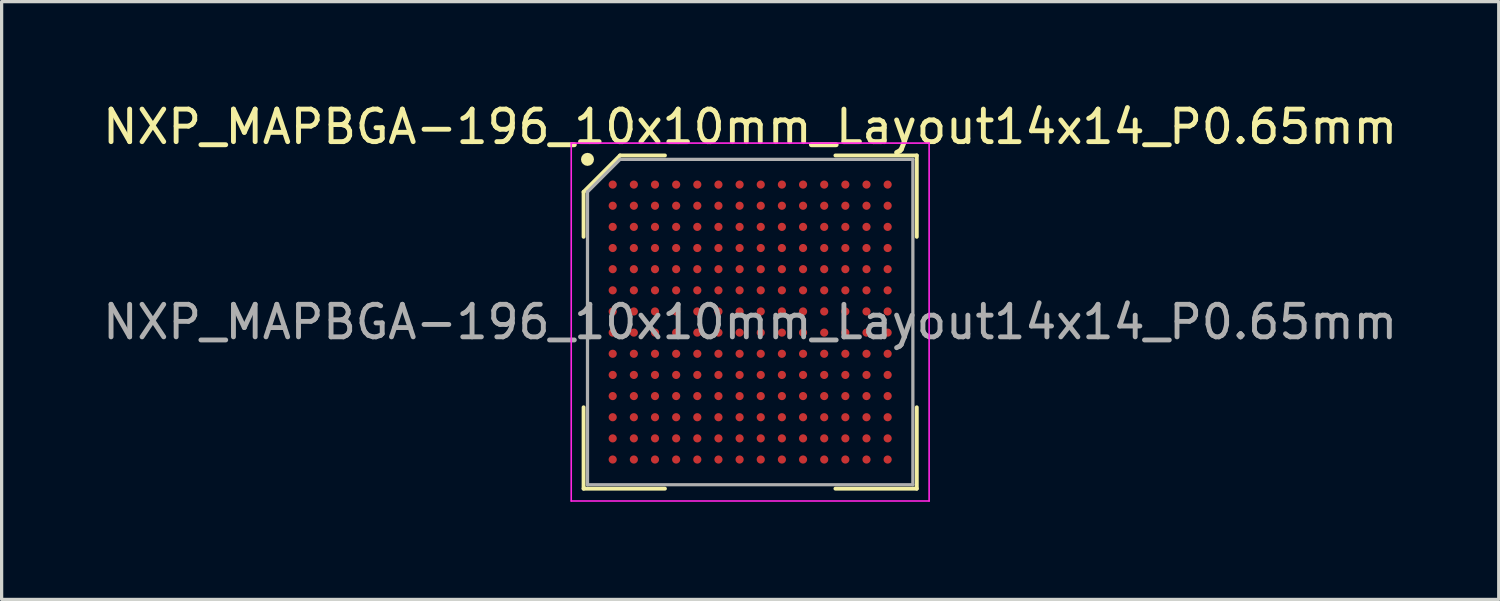
<source format=kicad_pcb>
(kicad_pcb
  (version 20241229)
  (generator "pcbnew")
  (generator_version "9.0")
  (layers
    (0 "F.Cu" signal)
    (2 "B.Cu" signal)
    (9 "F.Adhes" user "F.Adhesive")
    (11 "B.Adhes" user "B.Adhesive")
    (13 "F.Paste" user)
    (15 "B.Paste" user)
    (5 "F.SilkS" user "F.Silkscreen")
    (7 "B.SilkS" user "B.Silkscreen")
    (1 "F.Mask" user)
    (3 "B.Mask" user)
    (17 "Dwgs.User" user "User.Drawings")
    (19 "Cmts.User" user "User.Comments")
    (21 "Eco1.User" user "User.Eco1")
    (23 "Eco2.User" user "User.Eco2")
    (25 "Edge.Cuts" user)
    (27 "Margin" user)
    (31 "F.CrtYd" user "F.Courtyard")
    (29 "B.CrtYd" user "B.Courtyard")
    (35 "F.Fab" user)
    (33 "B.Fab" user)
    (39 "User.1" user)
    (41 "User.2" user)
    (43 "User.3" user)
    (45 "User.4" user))
  (footprint "NXP_MAPBGA-196_10x10mm_Layout14x14_P0.65mm"
    (layer "F.Cu")
    (at 20.006 6.848)
    (property "Reference" "NXP_MAPBGA-196_10x10mm_Layout14x14_P0.65mm" (at 0 -6 0) (layer "F.SilkS") (effects (font (size 1 1) (thickness 0.15))))
    (attr smd)
    (fp_line (start -5.12 -4) (end -5.12 -2.62) (stroke (width 0.12) (type default)) (layer "F.SilkS"))
    (fp_line (start -5.12 5.12) (end -5.12 2.62) (stroke (width 0.12) (type default)) (layer "F.SilkS"))
    (fp_line (start -4 -5.12) (end -5.12 -4) (stroke (width 0.12) (type default)) (layer "F.SilkS"))
    (fp_line (start -2.62 -5.12) (end -4 -5.12) (stroke (width 0.12) (type default)) (layer "F.SilkS"))
    (fp_line (start -2.62 5.12) (end -5.12 5.12) (stroke (width 0.12) (type default)) (layer "F.SilkS"))
    (fp_line (start 2.62 -5.12) (end 5.12 -5.12) (stroke (width 0.12) (type default)) (layer "F.SilkS"))
    (fp_line (start 2.62 5.12) (end 5.12 5.12) (stroke (width 0.12) (type default)) (layer "F.SilkS"))
    (fp_line (start 5.12 -5.12) (end 5.12 -2.62) (stroke (width 0.12) (type default)) (layer "F.SilkS"))
    (fp_line (start 5.12 5.12) (end 5.12 2.62) (stroke (width 0.12) (type default)) (layer "F.SilkS"))
    (fp_circle (center -5 -5) (end -5 -4.9) (stroke (width 0.2) (type default)) (fill no) (layer "F.SilkS"))
    (fp_line (start -5.5 -5.5) (end 5.5 -5.5) (stroke (width 0.05) (type default)) (layer "F.CrtYd"))
    (fp_line (start -5.5 5.5) (end -5.5 -5.5) (stroke (width 0.05) (type default)) (layer "F.CrtYd"))
    (fp_line (start 5.5 -5.5) (end 5.5 5.5) (stroke (width 0.05) (type default)) (layer "F.CrtYd"))
    (fp_line (start 5.5 5.5) (end -5.5 5.5) (stroke (width 0.05) (type default)) (layer "F.CrtYd"))
    (fp_line (start -5 -4) (end -5 5) (stroke (width 0.1) (type default)) (layer "F.Fab"))
    (fp_line (start -5 5) (end 5 5) (stroke (width 0.1) (type default)) (layer "F.Fab"))
    (fp_line (start -4 -5) (end -5 -4) (stroke (width 0.1) (type default)) (layer "F.Fab"))
    (fp_line (start 5 -5) (end -4 -5) (stroke (width 0.1) (type default)) (layer "F.Fab"))
    (fp_line (start 5 5) (end 5 -5) (stroke (width 0.1) (type default)) (layer "F.Fab"))
    (fp_text user "${REFERENCE}" (at 0 0 0) (layer "F.Fab") (effects (font (size 1 1) (thickness 0.15))))
    (pad "A1" smd circle (at -4.225 -4.225) (size 0.25 0.25) (layers "F.Cu" "F.Mask" "F.Paste"))
    (pad "A2" smd circle (at -3.575 -4.225) (size 0.25 0.25) (layers "F.Cu" "F.Mask" "F.Paste"))
    (pad "A3" smd circle (at -2.925 -4.225) (size 0.25 0.25) (layers "F.Cu" "F.Mask" "F.Paste"))
    (pad "A4" smd circle (at -2.275 -4.225) (size 0.25 0.25) (layers "F.Cu" "F.Mask" "F.Paste"))
    (pad "A5" smd circle (at -1.625 -4.225) (size 0.25 0.25) (layers "F.Cu" "F.Mask" "F.Paste"))
    (pad "A6" smd circle (at -0.975 -4.225) (size 0.25 0.25) (layers "F.Cu" "F.Mask" "F.Paste"))
    (pad "A7" smd circle (at -0.325 -4.225) (size 0.25 0.25) (layers "F.Cu" "F.Mask" "F.Paste"))
    (pad "A8" smd circle (at 0.325 -4.225) (size 0.25 0.25) (layers "F.Cu" "F.Mask" "F.Paste"))
    (pad "A9" smd circle (at 0.975 -4.225) (size 0.25 0.25) (layers "F.Cu" "F.Mask" "F.Paste"))
    (pad "A10" smd circle (at 1.625 -4.225) (size 0.25 0.25) (layers "F.Cu" "F.Mask" "F.Paste"))
    (pad "A11" smd circle (at 2.275 -4.225) (size 0.25 0.25) (layers "F.Cu" "F.Mask" "F.Paste"))
    (pad "A12" smd circle (at 2.925 -4.225) (size 0.25 0.25) (layers "F.Cu" "F.Mask" "F.Paste"))
    (pad "A13" smd circle (at 3.575 -4.225) (size 0.25 0.25) (layers "F.Cu" "F.Mask" "F.Paste"))
    (pad "A14" smd circle (at 4.225 -4.225) (size 0.25 0.25) (layers "F.Cu" "F.Mask" "F.Paste"))
    (pad "B1" smd circle (at -4.225 -3.575) (size 0.25 0.25) (layers "F.Cu" "F.Mask" "F.Paste"))
    (pad "B2" smd circle (at -3.575 -3.575) (size 0.25 0.25) (layers "F.Cu" "F.Mask" "F.Paste"))
    (pad "B3" smd circle (at -2.925 -3.575) (size 0.25 0.25) (layers "F.Cu" "F.Mask" "F.Paste"))
    (pad "B4" smd circle (at -2.275 -3.575) (size 0.25 0.25) (layers "F.Cu" "F.Mask" "F.Paste"))
    (pad "B5" smd circle (at -1.625 -3.575) (size 0.25 0.25) (layers "F.Cu" "F.Mask" "F.Paste"))
    (pad "B6" smd circle (at -0.975 -3.575) (size 0.25 0.25) (layers "F.Cu" "F.Mask" "F.Paste"))
    (pad "B7" smd circle (at -0.325 -3.575) (size 0.25 0.25) (layers "F.Cu" "F.Mask" "F.Paste"))
    (pad "B8" smd circle (at 0.325 -3.575) (size 0.25 0.25) (layers "F.Cu" "F.Mask" "F.Paste"))
    (pad "B9" smd circle (at 0.975 -3.575) (size 0.25 0.25) (layers "F.Cu" "F.Mask" "F.Paste"))
    (pad "B10" smd circle (at 1.625 -3.575) (size 0.25 0.25) (layers "F.Cu" "F.Mask" "F.Paste"))
    (pad "B11" smd circle (at 2.275 -3.575) (size 0.25 0.25) (layers "F.Cu" "F.Mask" "F.Paste"))
    (pad "B12" smd circle (at 2.925 -3.575) (size 0.25 0.25) (layers "F.Cu" "F.Mask" "F.Paste"))
    (pad "B13" smd circle (at 3.575 -3.575) (size 0.25 0.25) (layers "F.Cu" "F.Mask" "F.Paste"))
    (pad "B14" smd circle (at 4.225 -3.575) (size 0.25 0.25) (layers "F.Cu" "F.Mask" "F.Paste"))
    (pad "C1" smd circle (at -4.225 -2.925) (size 0.25 0.25) (layers "F.Cu" "F.Mask" "F.Paste"))
    (pad "C2" smd circle (at -3.575 -2.925) (size 0.25 0.25) (layers "F.Cu" "F.Mask" "F.Paste"))
    (pad "C3" smd circle (at -2.925 -2.925) (size 0.25 0.25) (layers "F.Cu" "F.Mask" "F.Paste"))
    (pad "C4" smd circle (at -2.275 -2.925) (size 0.25 0.25) (layers "F.Cu" "F.Mask" "F.Paste"))
    (pad "C5" smd circle (at -1.625 -2.925) (size 0.25 0.25) (layers "F.Cu" "F.Mask" "F.Paste"))
    (pad "C6" smd circle (at -0.975 -2.925) (size 0.25 0.25) (layers "F.Cu" "F.Mask" "F.Paste"))
    (pad "C7" smd circle (at -0.325 -2.925) (size 0.25 0.25) (layers "F.Cu" "F.Mask" "F.Paste"))
    (pad "C8" smd circle (at 0.325 -2.925) (size 0.25 0.25) (layers "F.Cu" "F.Mask" "F.Paste"))
    (pad "C9" smd circle (at 0.975 -2.925) (size 0.25 0.25) (layers "F.Cu" "F.Mask" "F.Paste"))
    (pad "C10" smd circle (at 1.625 -2.925) (size 0.25 0.25) (layers "F.Cu" "F.Mask" "F.Paste"))
    (pad "C11" smd circle (at 2.275 -2.925) (size 0.25 0.25) (layers "F.Cu" "F.Mask" "F.Paste"))
    (pad "C12" smd circle (at 2.925 -2.925) (size 0.25 0.25) (layers "F.Cu" "F.Mask" "F.Paste"))
    (pad "C13" smd circle (at 3.575 -2.925) (size 0.25 0.25) (layers "F.Cu" "F.Mask" "F.Paste"))
    (pad "C14" smd circle (at 4.225 -2.925) (size 0.25 0.25) (layers "F.Cu" "F.Mask" "F.Paste"))
    (pad "D1" smd circle (at -4.225 -2.275) (size 0.25 0.25) (layers "F.Cu" "F.Mask" "F.Paste"))
    (pad "D2" smd circle (at -3.575 -2.275) (size 0.25 0.25) (layers "F.Cu" "F.Mask" "F.Paste"))
    (pad "D3" smd circle (at -2.925 -2.275) (size 0.25 0.25) (layers "F.Cu" "F.Mask" "F.Paste"))
    (pad "D4" smd circle (at -2.275 -2.275) (size 0.25 0.25) (layers "F.Cu" "F.Mask" "F.Paste"))
    (pad "D5" smd circle (at -1.625 -2.275) (size 0.25 0.25) (layers "F.Cu" "F.Mask" "F.Paste"))
    (pad "D6" smd circle (at -0.975 -2.275) (size 0.25 0.25) (layers "F.Cu" "F.Mask" "F.Paste"))
    (pad "D7" smd circle (at -0.325 -2.275) (size 0.25 0.25) (layers "F.Cu" "F.Mask" "F.Paste"))
    (pad "D8" smd circle (at 0.325 -2.275) (size 0.25 0.25) (layers "F.Cu" "F.Mask" "F.Paste"))
    (pad "D9" smd circle (at 0.975 -2.275) (size 0.25 0.25) (layers "F.Cu" "F.Mask" "F.Paste"))
    (pad "D10" smd circle (at 1.625 -2.275) (size 0.25 0.25) (layers "F.Cu" "F.Mask" "F.Paste"))
    (pad "D11" smd circle (at 2.275 -2.275) (size 0.25 0.25) (layers "F.Cu" "F.Mask" "F.Paste"))
    (pad "D12" smd circle (at 2.925 -2.275) (size 0.25 0.25) (layers "F.Cu" "F.Mask" "F.Paste"))
    (pad "D13" smd circle (at 3.575 -2.275) (size 0.25 0.25) (layers "F.Cu" "F.Mask" "F.Paste"))
    (pad "D14" smd circle (at 4.225 -2.275) (size 0.25 0.25) (layers "F.Cu" "F.Mask" "F.Paste"))
    (pad "E1" smd circle (at -4.225 -1.625) (size 0.25 0.25) (layers "F.Cu" "F.Mask" "F.Paste"))
    (pad "E2" smd circle (at -3.575 -1.625) (size 0.25 0.25) (layers "F.Cu" "F.Mask" "F.Paste"))
    (pad "E3" smd circle (at -2.925 -1.625) (size 0.25 0.25) (layers "F.Cu" "F.Mask" "F.Paste"))
    (pad "E4" smd circle (at -2.275 -1.625) (size 0.25 0.25) (layers "F.Cu" "F.Mask" "F.Paste"))
    (pad "E5" smd circle (at -1.625 -1.625) (size 0.25 0.25) (layers "F.Cu" "F.Mask" "F.Paste"))
    (pad "E6" smd circle (at -0.975 -1.625) (size 0.25 0.25) (layers "F.Cu" "F.Mask" "F.Paste"))
    (pad "E7" smd circle (at -0.325 -1.625) (size 0.25 0.25) (layers "F.Cu" "F.Mask" "F.Paste"))
    (pad "E8" smd circle (at 0.325 -1.625) (size 0.25 0.25) (layers "F.Cu" "F.Mask" "F.Paste"))
    (pad "E9" smd circle (at 0.975 -1.625) (size 0.25 0.25) (layers "F.Cu" "F.Mask" "F.Paste"))
    (pad "E10" smd circle (at 1.625 -1.625) (size 0.25 0.25) (layers "F.Cu" "F.Mask" "F.Paste"))
    (pad "E11" smd circle (at 2.275 -1.625) (size 0.25 0.25) (layers "F.Cu" "F.Mask" "F.Paste"))
    (pad "E12" smd circle (at 2.925 -1.625) (size 0.25 0.25) (layers "F.Cu" "F.Mask" "F.Paste"))
    (pad "E13" smd circle (at 3.575 -1.625) (size 0.25 0.25) (layers "F.Cu" "F.Mask" "F.Paste"))
    (pad "E14" smd circle (at 4.225 -1.625) (size 0.25 0.25) (layers "F.Cu" "F.Mask" "F.Paste"))
    (pad "F1" smd circle (at -4.225 -0.975) (size 0.25 0.25) (layers "F.Cu" "F.Mask" "F.Paste"))
    (pad "F2" smd circle (at -3.575 -0.975) (size 0.25 0.25) (layers "F.Cu" "F.Mask" "F.Paste"))
    (pad "F3" smd circle (at -2.925 -0.975) (size 0.25 0.25) (layers "F.Cu" "F.Mask" "F.Paste"))
    (pad "F4" smd circle (at -2.275 -0.975) (size 0.25 0.25) (layers "F.Cu" "F.Mask" "F.Paste"))
    (pad "F5" smd circle (at -1.625 -0.975) (size 0.25 0.25) (layers "F.Cu" "F.Mask" "F.Paste"))
    (pad "F6" smd circle (at -0.975 -0.975) (size 0.25 0.25) (layers "F.Cu" "F.Mask" "F.Paste"))
    (pad "F7" smd circle (at -0.325 -0.975) (size 0.25 0.25) (layers "F.Cu" "F.Mask" "F.Paste"))
    (pad "F8" smd circle (at 0.325 -0.975) (size 0.25 0.25) (layers "F.Cu" "F.Mask" "F.Paste"))
    (pad "F9" smd circle (at 0.975 -0.975) (size 0.25 0.25) (layers "F.Cu" "F.Mask" "F.Paste"))
    (pad "F10" smd circle (at 1.625 -0.975) (size 0.25 0.25) (layers "F.Cu" "F.Mask" "F.Paste"))
    (pad "F11" smd circle (at 2.275 -0.975) (size 0.25 0.25) (layers "F.Cu" "F.Mask" "F.Paste"))
    (pad "F12" smd circle (at 2.925 -0.975) (size 0.25 0.25) (layers "F.Cu" "F.Mask" "F.Paste"))
    (pad "F13" smd circle (at 3.575 -0.975) (size 0.25 0.25) (layers "F.Cu" "F.Mask" "F.Paste"))
    (pad "F14" smd circle (at 4.225 -0.975) (size 0.25 0.25) (layers "F.Cu" "F.Mask" "F.Paste"))
    (pad "G1" smd circle (at -4.225 -0.325) (size 0.25 0.25) (layers "F.Cu" "F.Mask" "F.Paste"))
    (pad "G2" smd circle (at -3.575 -0.325) (size 0.25 0.25) (layers "F.Cu" "F.Mask" "F.Paste"))
    (pad "G3" smd circle (at -2.925 -0.325) (size 0.25 0.25) (layers "F.Cu" "F.Mask" "F.Paste"))
    (pad "G4" smd circle (at -2.275 -0.325) (size 0.25 0.25) (layers "F.Cu" "F.Mask" "F.Paste"))
    (pad "G5" smd circle (at -1.625 -0.325) (size 0.25 0.25) (layers "F.Cu" "F.Mask" "F.Paste"))
    (pad "G6" smd circle (at -0.975 -0.325) (size 0.25 0.25) (layers "F.Cu" "F.Mask" "F.Paste"))
    (pad "G7" smd circle (at -0.325 -0.325) (size 0.25 0.25) (layers "F.Cu" "F.Mask" "F.Paste"))
    (pad "G8" smd circle (at 0.325 -0.325) (size 0.25 0.25) (layers "F.Cu" "F.Mask" "F.Paste"))
    (pad "G9" smd circle (at 0.975 -0.325) (size 0.25 0.25) (layers "F.Cu" "F.Mask" "F.Paste"))
    (pad "G10" smd circle (at 1.625 -0.325) (size 0.25 0.25) (layers "F.Cu" "F.Mask" "F.Paste"))
    (pad "G11" smd circle (at 2.275 -0.325) (size 0.25 0.25) (layers "F.Cu" "F.Mask" "F.Paste"))
    (pad "G12" smd circle (at 2.925 -0.325) (size 0.25 0.25) (layers "F.Cu" "F.Mask" "F.Paste"))
    (pad "G13" smd circle (at 3.575 -0.325) (size 0.25 0.25) (layers "F.Cu" "F.Mask" "F.Paste"))
    (pad "G14" smd circle (at 4.225 -0.325) (size 0.25 0.25) (layers "F.Cu" "F.Mask" "F.Paste"))
    (pad "H1" smd circle (at -4.225 0.325) (size 0.25 0.25) (layers "F.Cu" "F.Mask" "F.Paste"))
    (pad "H2" smd circle (at -3.575 0.325) (size 0.25 0.25) (layers "F.Cu" "F.Mask" "F.Paste"))
    (pad "H3" smd circle (at -2.925 0.325) (size 0.25 0.25) (layers "F.Cu" "F.Mask" "F.Paste"))
    (pad "H4" smd circle (at -2.275 0.325) (size 0.25 0.25) (layers "F.Cu" "F.Mask" "F.Paste"))
    (pad "H5" smd circle (at -1.625 0.325) (size 0.25 0.25) (layers "F.Cu" "F.Mask" "F.Paste"))
    (pad "H6" smd circle (at -0.975 0.325) (size 0.25 0.25) (layers "F.Cu" "F.Mask" "F.Paste"))
    (pad "H7" smd circle (at -0.325 0.325) (size 0.25 0.25) (layers "F.Cu" "F.Mask" "F.Paste"))
    (pad "H8" smd circle (at 0.325 0.325) (size 0.25 0.25) (layers "F.Cu" "F.Mask" "F.Paste"))
    (pad "H9" smd circle (at 0.975 0.325) (size 0.25 0.25) (layers "F.Cu" "F.Mask" "F.Paste"))
    (pad "H10" smd circle (at 1.625 0.325) (size 0.25 0.25) (layers "F.Cu" "F.Mask" "F.Paste"))
    (pad "H11" smd circle (at 2.275 0.325) (size 0.25 0.25) (layers "F.Cu" "F.Mask" "F.Paste"))
    (pad "H12" smd circle (at 2.925 0.325) (size 0.25 0.25) (layers "F.Cu" "F.Mask" "F.Paste"))
    (pad "H13" smd circle (at 3.575 0.325) (size 0.25 0.25) (layers "F.Cu" "F.Mask" "F.Paste"))
    (pad "H14" smd circle (at 4.225 0.325) (size 0.25 0.25) (layers "F.Cu" "F.Mask" "F.Paste"))
    (pad "J1" smd circle (at -4.225 0.975) (size 0.25 0.25) (layers "F.Cu" "F.Mask" "F.Paste"))
    (pad "J2" smd circle (at -3.575 0.975) (size 0.25 0.25) (layers "F.Cu" "F.Mask" "F.Paste"))
    (pad "J3" smd circle (at -2.925 0.975) (size 0.25 0.25) (layers "F.Cu" "F.Mask" "F.Paste"))
    (pad "J4" smd circle (at -2.275 0.975) (size 0.25 0.25) (layers "F.Cu" "F.Mask" "F.Paste"))
    (pad "J5" smd circle (at -1.625 0.975) (size 0.25 0.25) (layers "F.Cu" "F.Mask" "F.Paste"))
    (pad "J6" smd circle (at -0.975 0.975) (size 0.25 0.25) (layers "F.Cu" "F.Mask" "F.Paste"))
    (pad "J7" smd circle (at -0.325 0.975) (size 0.25 0.25) (layers "F.Cu" "F.Mask" "F.Paste"))
    (pad "J8" smd circle (at 0.325 0.975) (size 0.25 0.25) (layers "F.Cu" "F.Mask" "F.Paste"))
    (pad "J9" smd circle (at 0.975 0.975) (size 0.25 0.25) (layers "F.Cu" "F.Mask" "F.Paste"))
    (pad "J10" smd circle (at 1.625 0.975) (size 0.25 0.25) (layers "F.Cu" "F.Mask" "F.Paste"))
    (pad "J11" smd circle (at 2.275 0.975) (size 0.25 0.25) (layers "F.Cu" "F.Mask" "F.Paste"))
    (pad "J12" smd circle (at 2.925 0.975) (size 0.25 0.25) (layers "F.Cu" "F.Mask" "F.Paste"))
    (pad "J13" smd circle (at 3.575 0.975) (size 0.25 0.25) (layers "F.Cu" "F.Mask" "F.Paste"))
    (pad "J14" smd circle (at 4.225 0.975) (size 0.25 0.25) (layers "F.Cu" "F.Mask" "F.Paste"))
    (pad "K1" smd circle (at -4.225 1.625) (size 0.25 0.25) (layers "F.Cu" "F.Mask" "F.Paste"))
    (pad "K2" smd circle (at -3.575 1.625) (size 0.25 0.25) (layers "F.Cu" "F.Mask" "F.Paste"))
    (pad "K3" smd circle (at -2.925 1.625) (size 0.25 0.25) (layers "F.Cu" "F.Mask" "F.Paste"))
    (pad "K4" smd circle (at -2.275 1.625) (size 0.25 0.25) (layers "F.Cu" "F.Mask" "F.Paste"))
    (pad "K5" smd circle (at -1.625 1.625) (size 0.25 0.25) (layers "F.Cu" "F.Mask" "F.Paste"))
    (pad "K6" smd circle (at -0.975 1.625) (size 0.25 0.25) (layers "F.Cu" "F.Mask" "F.Paste"))
    (pad "K7" smd circle (at -0.325 1.625) (size 0.25 0.25) (layers "F.Cu" "F.Mask" "F.Paste"))
    (pad "K8" smd circle (at 0.325 1.625) (size 0.25 0.25) (layers "F.Cu" "F.Mask" "F.Paste"))
    (pad "K9" smd circle (at 0.975 1.625) (size 0.25 0.25) (layers "F.Cu" "F.Mask" "F.Paste"))
    (pad "K10" smd circle (at 1.625 1.625) (size 0.25 0.25) (layers "F.Cu" "F.Mask" "F.Paste"))
    (pad "K11" smd circle (at 2.275 1.625) (size 0.25 0.25) (layers "F.Cu" "F.Mask" "F.Paste"))
    (pad "K12" smd circle (at 2.925 1.625) (size 0.25 0.25) (layers "F.Cu" "F.Mask" "F.Paste"))
    (pad "K13" smd circle (at 3.575 1.625) (size 0.25 0.25) (layers "F.Cu" "F.Mask" "F.Paste"))
    (pad "K14" smd circle (at 4.225 1.625) (size 0.25 0.25) (layers "F.Cu" "F.Mask" "F.Paste"))
    (pad "L1" smd circle (at -4.225 2.275) (size 0.25 0.25) (layers "F.Cu" "F.Mask" "F.Paste"))
    (pad "L2" smd circle (at -3.575 2.275) (size 0.25 0.25) (layers "F.Cu" "F.Mask" "F.Paste"))
    (pad "L3" smd circle (at -2.925 2.275) (size 0.25 0.25) (layers "F.Cu" "F.Mask" "F.Paste"))
    (pad "L4" smd circle (at -2.275 2.275) (size 0.25 0.25) (layers "F.Cu" "F.Mask" "F.Paste"))
    (pad "L5" smd circle (at -1.625 2.275) (size 0.25 0.25) (layers "F.Cu" "F.Mask" "F.Paste"))
    (pad "L6" smd circle (at -0.975 2.275) (size 0.25 0.25) (layers "F.Cu" "F.Mask" "F.Paste"))
    (pad "L7" smd circle (at -0.325 2.275) (size 0.25 0.25) (layers "F.Cu" "F.Mask" "F.Paste"))
    (pad "L8" smd circle (at 0.325 2.275) (size 0.25 0.25) (layers "F.Cu" "F.Mask" "F.Paste"))
    (pad "L9" smd circle (at 0.975 2.275) (size 0.25 0.25) (layers "F.Cu" "F.Mask" "F.Paste"))
    (pad "L10" smd circle (at 1.625 2.275) (size 0.25 0.25) (layers "F.Cu" "F.Mask" "F.Paste"))
    (pad "L11" smd circle (at 2.275 2.275) (size 0.25 0.25) (layers "F.Cu" "F.Mask" "F.Paste"))
    (pad "L12" smd circle (at 2.925 2.275) (size 0.25 0.25) (layers "F.Cu" "F.Mask" "F.Paste"))
    (pad "L13" smd circle (at 3.575 2.275) (size 0.25 0.25) (layers "F.Cu" "F.Mask" "F.Paste"))
    (pad "L14" smd circle (at 4.225 2.275) (size 0.25 0.25) (layers "F.Cu" "F.Mask" "F.Paste"))
    (pad "M1" smd circle (at -4.225 2.925) (size 0.25 0.25) (layers "F.Cu" "F.Mask" "F.Paste"))
    (pad "M2" smd circle (at -3.575 2.925) (size 0.25 0.25) (layers "F.Cu" "F.Mask" "F.Paste"))
    (pad "M3" smd circle (at -2.925 2.925) (size 0.25 0.25) (layers "F.Cu" "F.Mask" "F.Paste"))
    (pad "M4" smd circle (at -2.275 2.925) (size 0.25 0.25) (layers "F.Cu" "F.Mask" "F.Paste"))
    (pad "M5" smd circle (at -1.625 2.925) (size 0.25 0.25) (layers "F.Cu" "F.Mask" "F.Paste"))
    (pad "M6" smd circle (at -0.975 2.925) (size 0.25 0.25) (layers "F.Cu" "F.Mask" "F.Paste"))
    (pad "M7" smd circle (at -0.325 2.925) (size 0.25 0.25) (layers "F.Cu" "F.Mask" "F.Paste"))
    (pad "M8" smd circle (at 0.325 2.925) (size 0.25 0.25) (layers "F.Cu" "F.Mask" "F.Paste"))
    (pad "M9" smd circle (at 0.975 2.925) (size 0.25 0.25) (layers "F.Cu" "F.Mask" "F.Paste"))
    (pad "M10" smd circle (at 1.625 2.925) (size 0.25 0.25) (layers "F.Cu" "F.Mask" "F.Paste"))
    (pad "M11" smd circle (at 2.275 2.925) (size 0.25 0.25) (layers "F.Cu" "F.Mask" "F.Paste"))
    (pad "M12" smd circle (at 2.925 2.925) (size 0.25 0.25) (layers "F.Cu" "F.Mask" "F.Paste"))
    (pad "M13" smd circle (at 3.575 2.925) (size 0.25 0.25) (layers "F.Cu" "F.Mask" "F.Paste"))
    (pad "M14" smd circle (at 4.225 2.925) (size 0.25 0.25) (layers "F.Cu" "F.Mask" "F.Paste"))
    (pad "N1" smd circle (at -4.225 3.575) (size 0.25 0.25) (layers "F.Cu" "F.Mask" "F.Paste"))
    (pad "N2" smd circle (at -3.575 3.575) (size 0.25 0.25) (layers "F.Cu" "F.Mask" "F.Paste"))
    (pad "N3" smd circle (at -2.925 3.575) (size 0.25 0.25) (layers "F.Cu" "F.Mask" "F.Paste"))
    (pad "N4" smd circle (at -2.275 3.575) (size 0.25 0.25) (layers "F.Cu" "F.Mask" "F.Paste"))
    (pad "N5" smd circle (at -1.625 3.575) (size 0.25 0.25) (layers "F.Cu" "F.Mask" "F.Paste"))
    (pad "N6" smd circle (at -0.975 3.575) (size 0.25 0.25) (layers "F.Cu" "F.Mask" "F.Paste"))
    (pad "N7" smd circle (at -0.325 3.575) (size 0.25 0.25) (layers "F.Cu" "F.Mask" "F.Paste"))
    (pad "N8" smd circle (at 0.325 3.575) (size 0.25 0.25) (layers "F.Cu" "F.Mask" "F.Paste"))
    (pad "N9" smd circle (at 0.975 3.575) (size 0.25 0.25) (layers "F.Cu" "F.Mask" "F.Paste"))
    (pad "N10" smd circle (at 1.625 3.575) (size 0.25 0.25) (layers "F.Cu" "F.Mask" "F.Paste"))
    (pad "N11" smd circle (at 2.275 3.575) (size 0.25 0.25) (layers "F.Cu" "F.Mask" "F.Paste"))
    (pad "N12" smd circle (at 2.925 3.575) (size 0.25 0.25) (layers "F.Cu" "F.Mask" "F.Paste"))
    (pad "N13" smd circle (at 3.575 3.575) (size 0.25 0.25) (layers "F.Cu" "F.Mask" "F.Paste"))
    (pad "N14" smd circle (at 4.225 3.575) (size 0.25 0.25) (layers "F.Cu" "F.Mask" "F.Paste"))
    (pad "P1" smd circle (at -4.225 4.225) (size 0.25 0.25) (layers "F.Cu" "F.Mask" "F.Paste"))
    (pad "P2" smd circle (at -3.575 4.225) (size 0.25 0.25) (layers "F.Cu" "F.Mask" "F.Paste"))
    (pad "P3" smd circle (at -2.925 4.225) (size 0.25 0.25) (layers "F.Cu" "F.Mask" "F.Paste"))
    (pad "P4" smd circle (at -2.275 4.225) (size 0.25 0.25) (layers "F.Cu" "F.Mask" "F.Paste"))
    (pad "P5" smd circle (at -1.625 4.225) (size 0.25 0.25) (layers "F.Cu" "F.Mask" "F.Paste"))
    (pad "P6" smd circle (at -0.975 4.225) (size 0.25 0.25) (layers "F.Cu" "F.Mask" "F.Paste"))
    (pad "P7" smd circle (at -0.325 4.225) (size 0.25 0.25) (layers "F.Cu" "F.Mask" "F.Paste"))
    (pad "P8" smd circle (at 0.325 4.225) (size 0.25 0.25) (layers "F.Cu" "F.Mask" "F.Paste"))
    (pad "P9" smd circle (at 0.975 4.225) (size 0.25 0.25) (layers "F.Cu" "F.Mask" "F.Paste"))
    (pad "P10" smd circle (at 1.625 4.225) (size 0.25 0.25) (layers "F.Cu" "F.Mask" "F.Paste"))
    (pad "P11" smd circle (at 2.275 4.225) (size 0.25 0.25) (layers "F.Cu" "F.Mask" "F.Paste"))
    (pad "P12" smd circle (at 2.925 4.225) (size 0.25 0.25) (layers "F.Cu" "F.Mask" "F.Paste"))
    (pad "P13" smd circle (at 3.575 4.225) (size 0.25 0.25) (layers "F.Cu" "F.Mask" "F.Paste"))
    (pad "P14" smd circle (at 4.225 4.225) (size 0.25 0.25) (layers "F.Cu" "F.Mask" "F.Paste")))
  (gr_rect
    (start -3 -3)
    (end 43.012 15.373)
    (stroke (width 0.1) (type default))
    (fill no)
    (layer "Edge.Cuts")))
</source>
